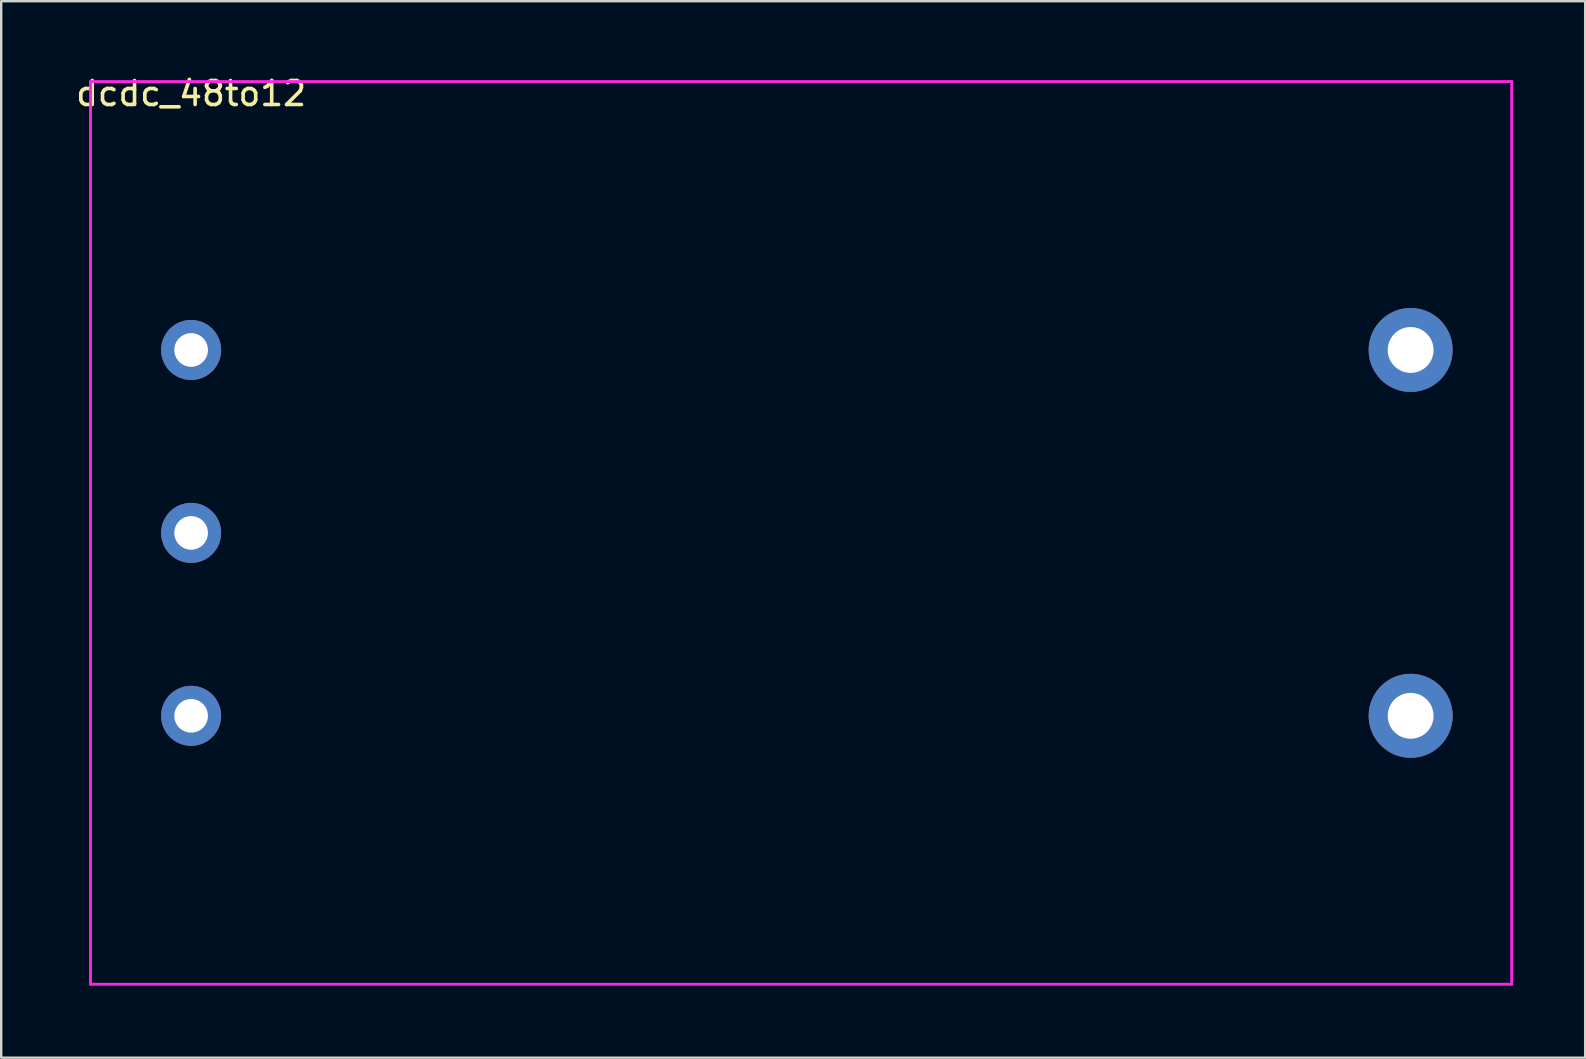
<source format=kicad_pcb>
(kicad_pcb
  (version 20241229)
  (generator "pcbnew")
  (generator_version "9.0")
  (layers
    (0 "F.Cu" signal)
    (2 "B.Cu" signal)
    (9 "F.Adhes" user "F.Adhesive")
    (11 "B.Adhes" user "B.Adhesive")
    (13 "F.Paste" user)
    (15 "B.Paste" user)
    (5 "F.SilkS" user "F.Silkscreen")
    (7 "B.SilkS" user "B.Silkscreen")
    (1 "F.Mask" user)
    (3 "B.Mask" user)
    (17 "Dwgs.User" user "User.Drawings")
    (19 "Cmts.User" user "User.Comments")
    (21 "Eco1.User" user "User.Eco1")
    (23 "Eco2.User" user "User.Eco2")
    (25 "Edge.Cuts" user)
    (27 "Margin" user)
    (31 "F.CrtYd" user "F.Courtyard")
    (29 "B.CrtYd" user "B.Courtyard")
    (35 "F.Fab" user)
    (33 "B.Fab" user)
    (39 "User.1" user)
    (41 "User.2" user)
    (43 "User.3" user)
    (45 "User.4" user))
  (footprint "dcdc_48to12"
    (layer "F.Cu")
    (at 4.911 0.348)
    (property "Reference" "dcdc_48to12" (at 0 0.5 0) (layer "F.SilkS") (effects (font (size 1 1) (thickness 0.15))))
    (attr through_hole)
    (fp_line (start -4.19 0) (end -4.19 37.6) (stroke (width 0.12) (type solid)) (layer "F.CrtYd"))
    (fp_line (start -4.19 37.6) (end 55.01 37.6) (stroke (width 0.12) (type solid)) (layer "F.CrtYd"))
    (fp_line (start 55.01 0) (end -4.19 0) (stroke (width 0.12) (type solid)) (layer "F.CrtYd"))
    (fp_line (start 55.01 37.6) (end 55.01 0) (stroke (width 0.12) (type solid)) (layer "F.CrtYd"))
    (pad "1" thru_hole circle (at 0 11.18) (size 2.5 2.5) (drill 1.4) (layers "*.Cu" "*.Mask"))
    (pad "2" thru_hole circle (at 0 18.8) (size 2.5 2.5) (drill 1.4) (layers "*.Cu" "*.Mask"))
    (pad "3" thru_hole circle (at 0 26.42) (size 2.5 2.5) (drill 1.4) (layers "*.Cu" "*.Mask"))
    (pad "4" thru_hole circle (at 50.8 26.42) (size 3.5 3.5) (drill 1.91) (layers "*.Cu" "*.Mask"))
    (pad "5" thru_hole circle (at 50.8 11.18) (size 3.5 3.5) (drill 1.91) (layers "*.Cu" "*.Mask")))
  (gr_rect
    (start -3 -3)
    (end 62.981 41.008)
    (stroke (width 0.1) (type default))
    (fill no)
    (layer "Edge.Cuts")))
</source>
